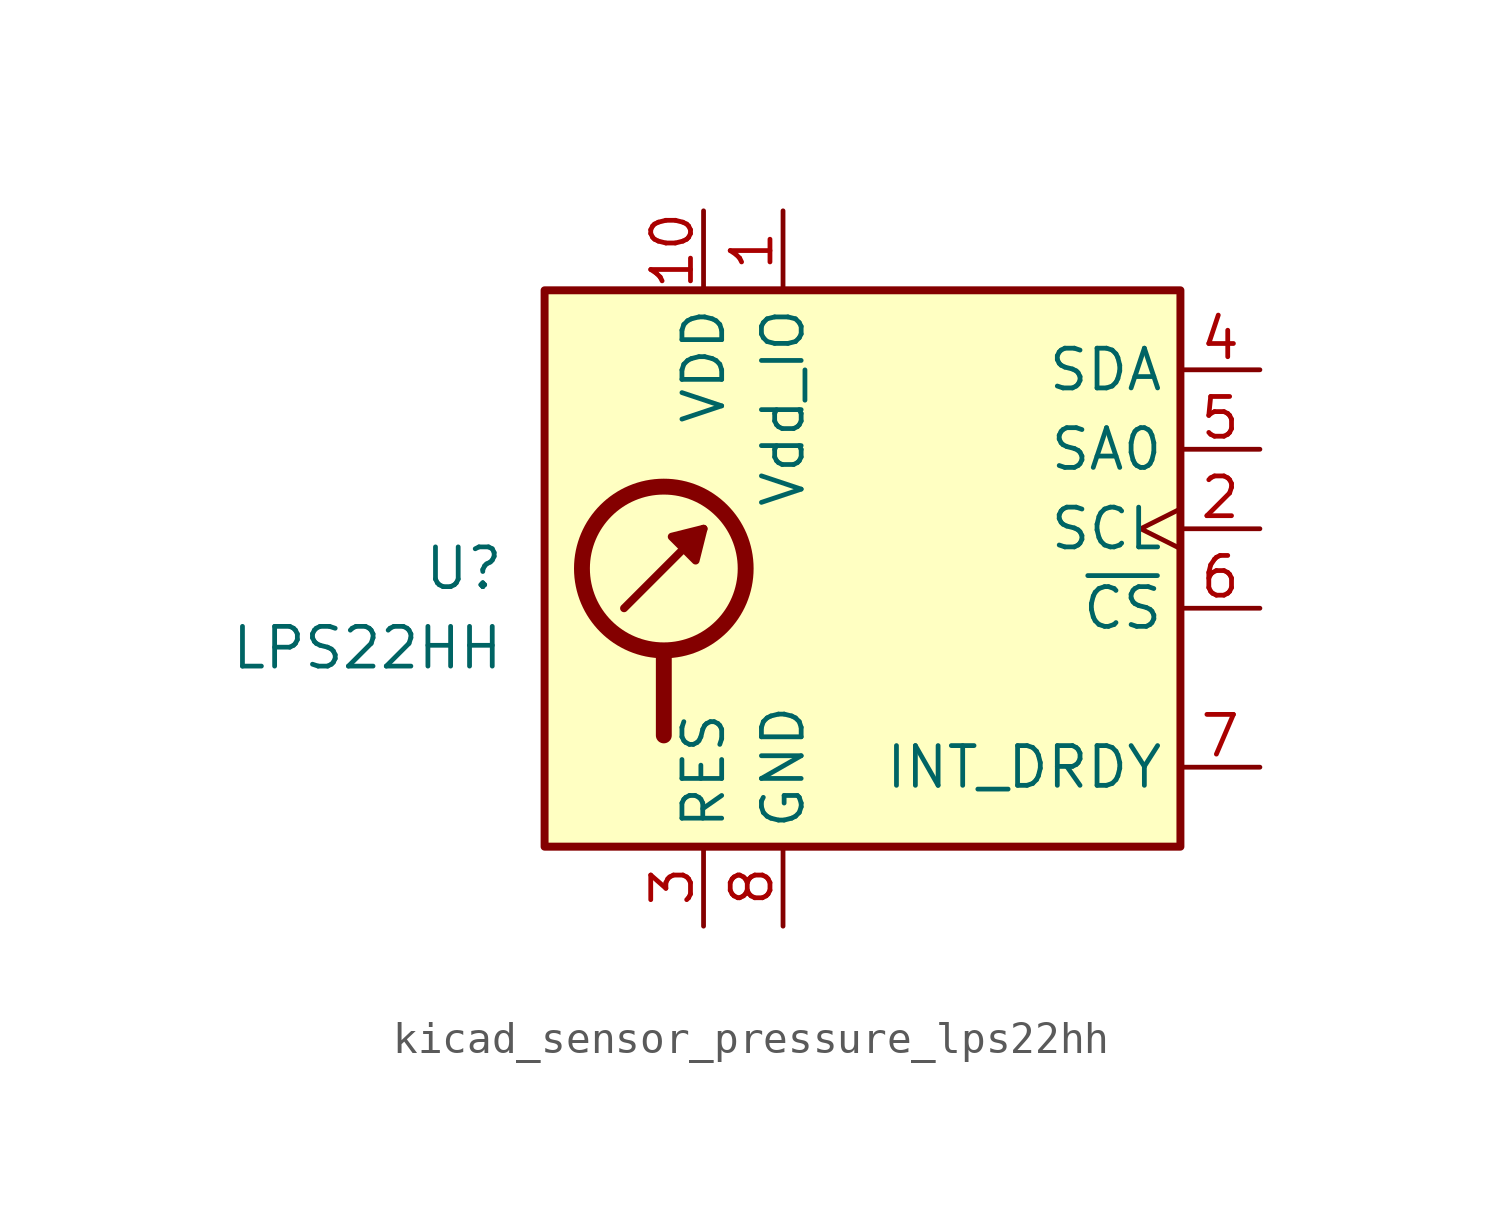
<source format=kicad_sym>
(kicad_symbol_lib
  (version 20220914)
  (generator kicad_symbol_editor)
  (symbol "kicad_sensor_pressure_lps22hh"
    (property "Reference" "U"
      (at -11.43 1.27 0)
      (effects (font (size 1.27 1.27)) (justify right)))
    (property "Value" "LPS22HH"
      (at -11.43 -1.27 0)
      (effects (font (size 1.27 1.27)) (justify right)))
    (symbol "kicad_sensor_pressure_lps22hh_0_1"
      (rectangle (start -10.16 10.16) (end 10.16 -7.62) (stroke (width 0.254) (type default)) (fill (type background)))
      (circle (center -6.35 1.27) (radius 2.616) (stroke (width 0.508) (type default)) (fill (type none)))
      (polyline (pts (xy -7.62 0) (xy -5.08 2.54)) (stroke (width 0.254) (type default)) (fill (type none)))
      (polyline (pts (xy -6.35 -1.524) (xy -6.35 -4.064)) (stroke (width 0.508) (type default)) (fill (type none)))
      (polyline (pts (xy -5.08 2.54) (xy -5.334 1.524) (xy -6.096 2.286) (xy -5.08 2.54)) (stroke (width 0.254) (type default)) (fill (type outline))))
    (symbol "kicad_sensor_pressure_lps22hh_1_1"
      (pin power_in line (at -2.54 12.7 270) (length 2.54) (name "Vdd_IO" (effects (font (size 1.27 1.27)))) (number "1" (effects (font (size 1.27 1.27)))))
      (pin power_in line (at -5.08 12.7 270) (length 2.54) (name "VDD" (effects (font (size 1.27 1.27)))) (number "10" (effects (font (size 1.27 1.27)))))
      (pin input clock (at 12.7 2.54 180) (length 2.54) (name "SCL" (effects (font (size 1.27 1.27)))) (number "2" (effects (font (size 1.27 1.27)))) (alternate "SPC" input clock))
      (pin passive line (at -5.08 -10.16 90) (length 2.54) (name "RES" (effects (font (size 1.27 1.27)))) (number "3" (effects (font (size 1.27 1.27)))))
      (pin bidirectional line (at 12.7 7.62 180) (length 2.54) (name "SDA" (effects (font (size 1.27 1.27)))) (number "4" (effects (font (size 1.27 1.27)))) (alternate "SDI" input line) (alternate "SDI/SDO" bidirectional line))
      (pin input line (at 12.7 5.08 180) (length 2.54) (name "SA0" (effects (font (size 1.27 1.27)))) (number "5" (effects (font (size 1.27 1.27)))) (alternate "SDO" output line))
      (pin input line (at 12.7 0 180) (length 2.54) (name "~{CS}" (effects (font (size 1.27 1.27)))) (number "6" (effects (font (size 1.27 1.27)))))
      (pin output line (at 12.7 -5.08 180) (length 2.54) (name "INT_DRDY" (effects (font (size 1.27 1.27)))) (number "7" (effects (font (size 1.27 1.27)))))
      (pin power_in line (at -2.54 -10.16 90) (length 2.54) (name "GND" (effects (font (size 1.27 1.27)))) (number "8" (effects (font (size 1.27 1.27)))))
      (pin passive line (at -2.54 -10.16 90) (length 2.54) hide (name "GND" (effects (font (size 1.27 1.27)))) (number "9" (effects (font (size 1.27 1.27))))))))
</source>
